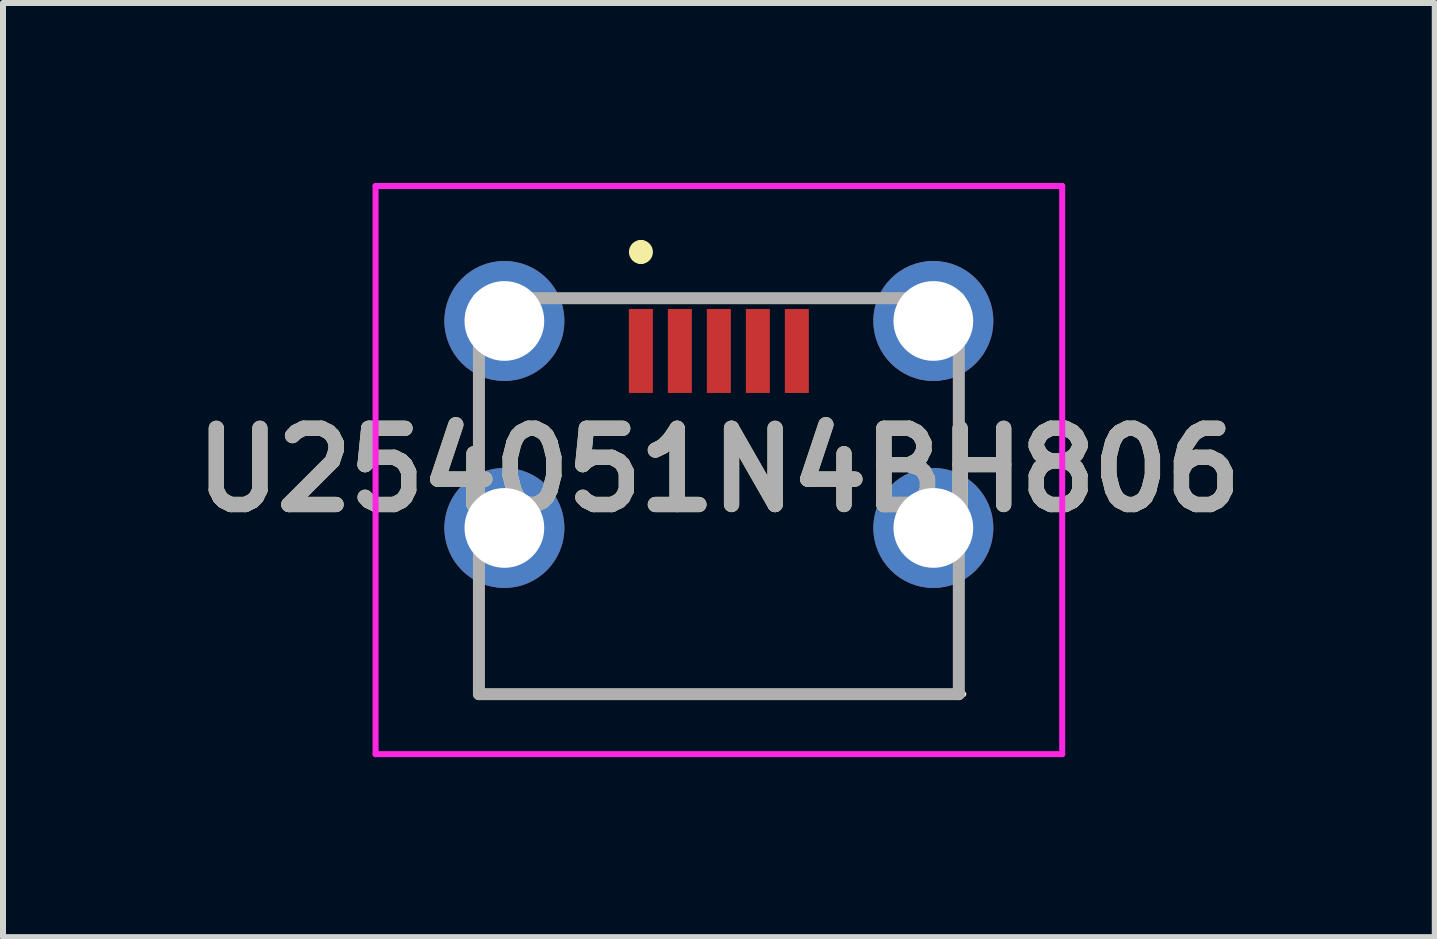
<source format=kicad_pcb>
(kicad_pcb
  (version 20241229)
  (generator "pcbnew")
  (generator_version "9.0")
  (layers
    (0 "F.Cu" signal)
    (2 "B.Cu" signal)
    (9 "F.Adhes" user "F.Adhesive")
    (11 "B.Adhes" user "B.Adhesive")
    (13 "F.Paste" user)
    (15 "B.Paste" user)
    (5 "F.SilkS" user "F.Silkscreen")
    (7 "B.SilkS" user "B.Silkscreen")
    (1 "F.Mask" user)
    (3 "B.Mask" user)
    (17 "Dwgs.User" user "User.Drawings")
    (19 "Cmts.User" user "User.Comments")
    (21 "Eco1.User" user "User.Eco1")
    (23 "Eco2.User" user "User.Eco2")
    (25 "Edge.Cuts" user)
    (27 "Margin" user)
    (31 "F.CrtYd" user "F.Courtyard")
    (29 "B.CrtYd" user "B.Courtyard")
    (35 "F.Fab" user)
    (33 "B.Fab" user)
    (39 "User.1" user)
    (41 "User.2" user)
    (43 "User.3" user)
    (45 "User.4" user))
  (footprint "U254051N4BH806"
    (layer "F.Cu")
    (at 8.932 4.785)
    (property "Reference" "U254051N4BH806" (at 0 0 0) (layer "F.SilkS") (effects (font (size 1.27 1.27) (thickness 0.254))))
    (attr through_hole)
    (fp_line (start -3.924 3.735) (end 4.075 3.735) (stroke (width 0.1) (type solid)) (layer "F.SilkS"))
    (fp_line (start -1.299 -3.735) (end -1.299 -3.735) (stroke (width 0.2) (type solid)) (layer "F.SilkS"))
    (fp_line (start -1.299 -3.535) (end -1.299 -3.535) (stroke (width 0.2) (type solid)) (layer "F.SilkS"))
    (fp_arc (start -1.299 -3.735) (mid -1.199 -3.635) (end -1.299 -3.535) (stroke (width 0.2) (type solid)) (layer "F.SilkS"))
    (fp_arc (start -1.299 -3.535) (mid -1.399 -3.635) (end -1.299 -3.735) (stroke (width 0.2) (type solid)) (layer "F.SilkS"))
    (fp_line (start -5.722 -4.735) (end 5.723 -4.735) (stroke (width 0.1) (type solid)) (layer "F.CrtYd"))
    (fp_line (start -5.722 4.735) (end -5.722 -4.735) (stroke (width 0.1) (type solid)) (layer "F.CrtYd"))
    (fp_line (start 5.723 -4.735) (end 5.723 4.735) (stroke (width 0.1) (type solid)) (layer "F.CrtYd"))
    (fp_line (start 5.723 4.735) (end -5.722 4.735) (stroke (width 0.1) (type solid)) (layer "F.CrtYd"))
    (fp_line (start -3.999 -2.865) (end 4 -2.865) (stroke (width 0.2) (type solid)) (layer "F.Fab"))
    (fp_line (start -3.999 3.735) (end -3.999 -2.865) (stroke (width 0.2) (type solid)) (layer "F.Fab"))
    (fp_line (start 4 -2.865) (end 4 3.735) (stroke (width 0.2) (type solid)) (layer "F.Fab"))
    (fp_line (start 4 3.735) (end -3.999 3.735) (stroke (width 0.2) (type solid)) (layer "F.Fab"))
    (fp_text user "${REFERENCE}" (at 0 0 0) (layer "F.Fab") (effects (font (size 1.27 1.27) (thickness 0.254))))
    (pad "" np_thru_hole circle (at -2 -1.165) (size 0.001 0.001) (drill 0.65) (layers "*.Cu" "*.Mask"))
    (pad "" np_thru_hole circle (at 2 -1.165) (size 0.001 0.001) (drill 0.65) (layers "*.Cu" "*.Mask"))
    (pad "1" smd rect (at -1.3 -1.985) (size 0.4 1.4) (layers "F.Cu" "F.Mask" "F.Paste"))
    (pad "2" smd rect (at -0.65 -1.985) (size 0.4 1.4) (layers "F.Cu" "F.Mask" "F.Paste"))
    (pad "3" smd rect (at 0 -1.985) (size 0.4 1.4) (layers "F.Cu" "F.Mask" "F.Paste"))
    (pad "4" smd rect (at 0.65 -1.985) (size 0.4 1.4) (layers "F.Cu" "F.Mask" "F.Paste"))
    (pad "5" smd rect (at 1.3 -1.985) (size 0.4 1.4) (layers "F.Cu" "F.Mask" "F.Paste"))
    (pad "MH1" thru_hole circle (at -3.575 0.965) (size 2 2) (drill 1.329) (layers "*.Cu" "*.Mask"))
    (pad "MH2" thru_hole circle (at 3.575 0.965) (size 2 2) (drill 1.329) (layers "*.Cu" "*.Mask"))
    (pad "MH3" thru_hole circle (at 3.575 -2.485) (size 2 2) (drill 1.329) (layers "*.Cu" "*.Mask"))
    (pad "MH4" thru_hole circle (at -3.575 -2.485) (size 2 2) (drill 1.329) (layers "*.Cu" "*.Mask")))
  (gr_rect
    (start -3 -3)
    (end 20.865 12.57)
    (stroke (width 0.1) (type default))
    (fill no)
    (layer "Edge.Cuts")))
</source>
